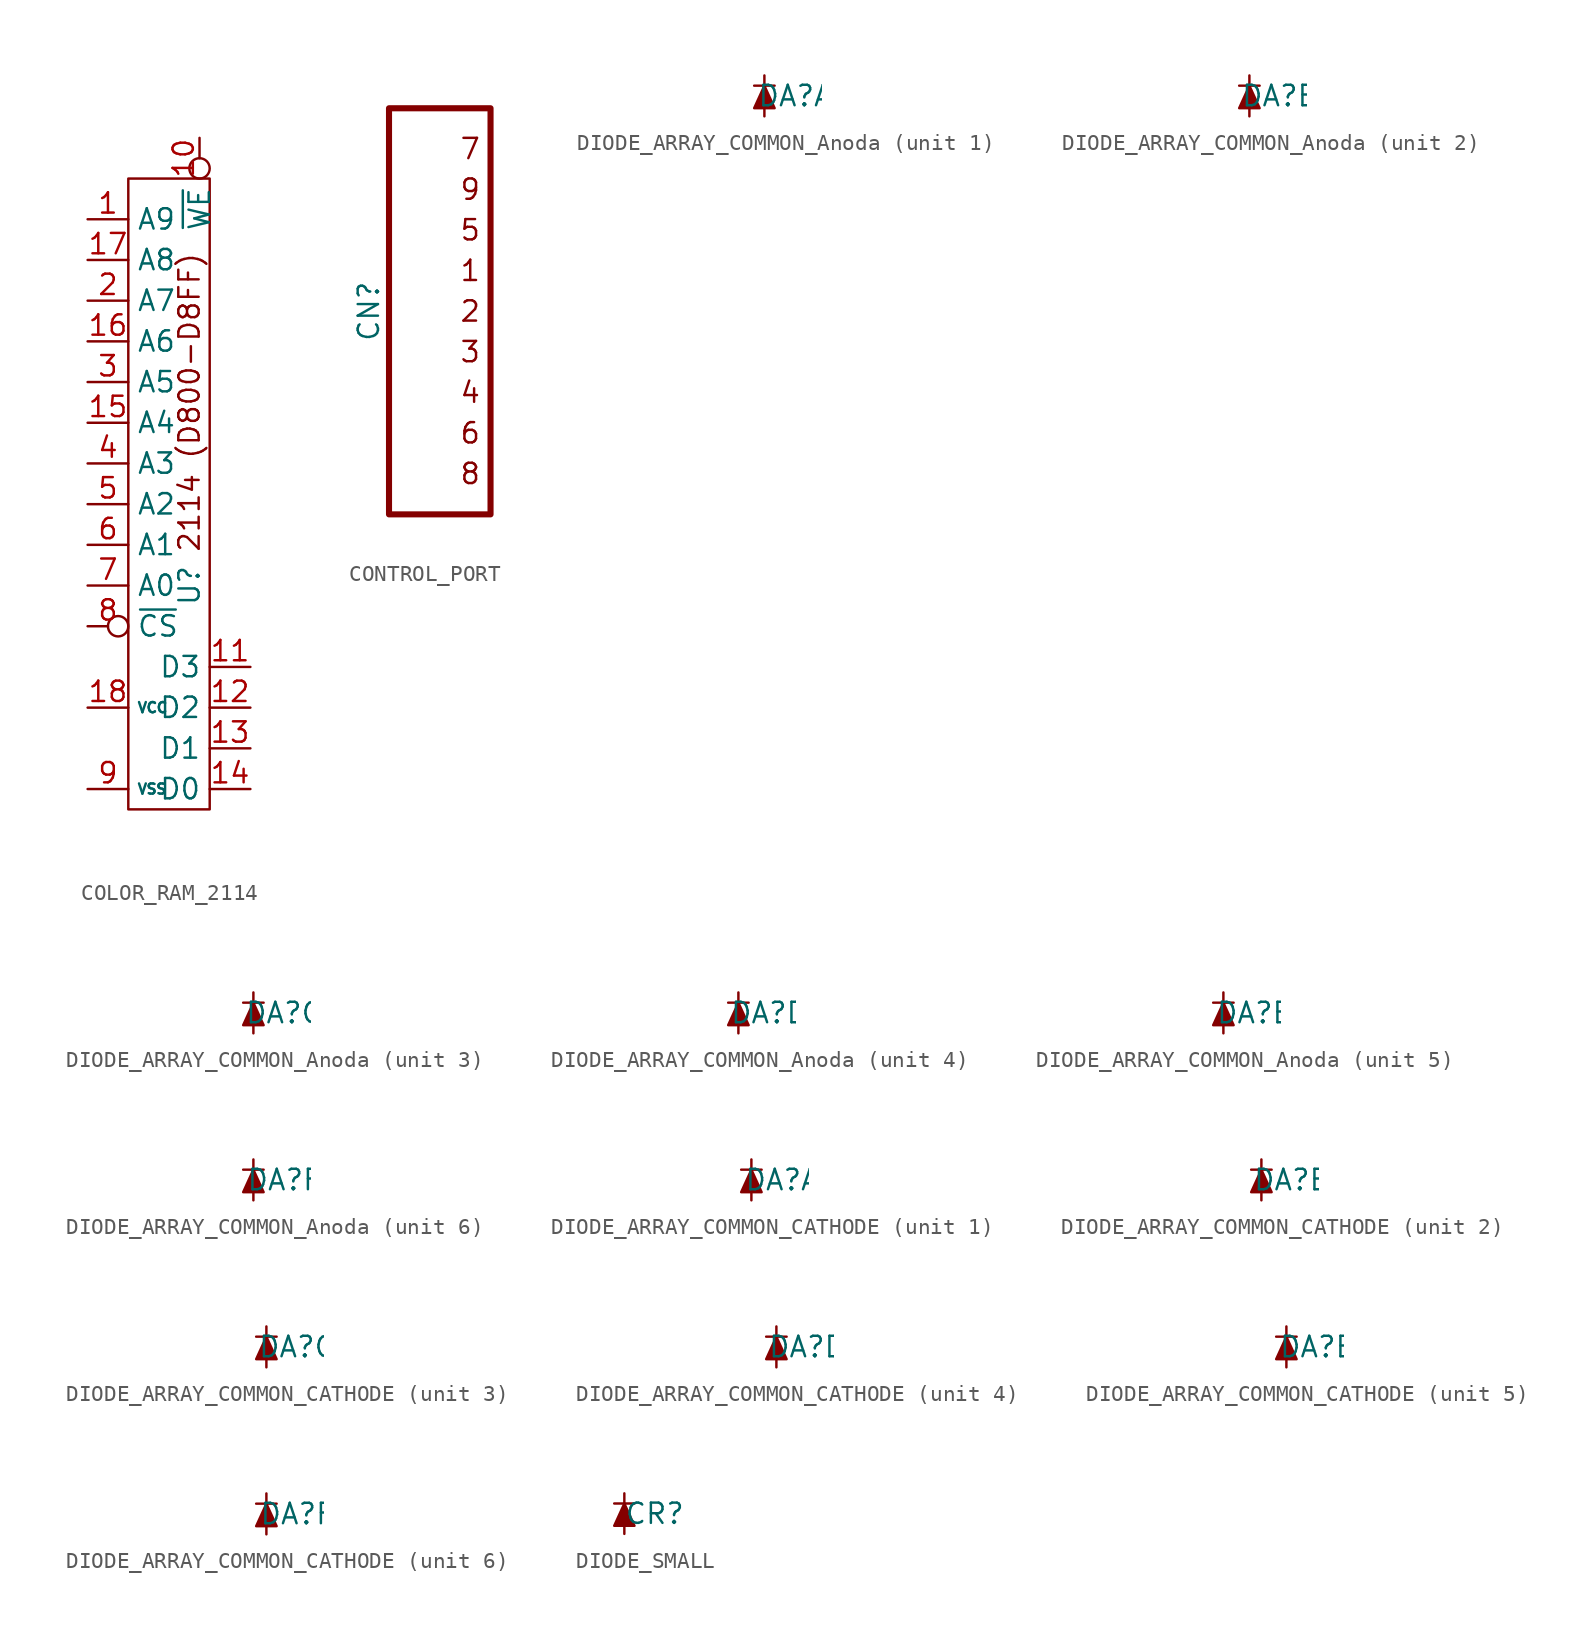
<source format=kicad_sym>
(kicad_symbol_lib
  (version 20220914)
  (generator kicad_symbol_editor)
  (symbol "COLOR_RAM_2114"
    (property "Reference" "U"
      (at 1.27 -5.08 90)
      (effects (font (size 1.27 1.27))))
    (property "Value" ""
      (at 0 0 0)
      (effects (font (size 1.27 1.27))))
    (symbol "COLOR_RAM_2114_0_0"
      (rectangle (start -2.54 20.32) (end 2.54 -19.05) (stroke (width 0) (type default)) (fill (type none)))
      (text "2114 (D800-D8FF)" (at 1.27 6.35 900) (effects (font (size 1.27 1.27)))))
    (symbol "COLOR_RAM_2114_1_1"
      (pin input line (at -5.08 17.78 0) (length 2.54) (name "A9" (effects (font (size 1.27 1.27)))) (number "1" (effects (font (size 1.27 1.27)))))
      (pin input inverted (at 1.905 22.86 270) (length 2.54) (name "~{WE}" (effects (font (size 1.27 1.27)))) (number "10" (effects (font (size 1.27 1.27)))))
      (pin input line (at 5.08 -10.16 180) (length 2.54) (name "D3" (effects (font (size 1.27 1.27)))) (number "11" (effects (font (size 1.27 1.27)))))
      (pin input line (at 5.08 -12.7 180) (length 2.54) (name "D2" (effects (font (size 1.27 1.27)))) (number "12" (effects (font (size 1.27 1.27)))))
      (pin input line (at 5.08 -15.24 180) (length 2.54) (name "D1" (effects (font (size 1.27 1.27)))) (number "13" (effects (font (size 1.27 1.27)))))
      (pin input line (at 5.08 -17.78 180) (length 2.54) (name "D0" (effects (font (size 1.27 1.27)))) (number "14" (effects (font (size 1.27 1.27)))))
      (pin input line (at -5.08 5.08 0) (length 2.54) (name "A4" (effects (font (size 1.27 1.27)))) (number "15" (effects (font (size 1.27 1.27)))))
      (pin input line (at -5.08 10.16 0) (length 2.54) (name "A6" (effects (font (size 1.27 1.27)))) (number "16" (effects (font (size 1.27 1.27)))))
      (pin input line (at -5.08 15.24 0) (length 2.54) (name "A8" (effects (font (size 1.27 1.27)))) (number "17" (effects (font (size 1.27 1.27)))))
      (pin input line (at -5.08 -12.7 0) (length 2.54) (name "VCC" (effects (font (size 0.635 0.635)))) (number "18" (effects (font (size 1.27 1.27)))))
      (pin input line (at -5.08 12.7 0) (length 2.54) (name "A7" (effects (font (size 1.27 1.27)))) (number "2" (effects (font (size 1.27 1.27)))))
      (pin input line (at -5.08 7.62 0) (length 2.54) (name "A5" (effects (font (size 1.27 1.27)))) (number "3" (effects (font (size 1.27 1.27)))))
      (pin input line (at -5.08 2.54 0) (length 2.54) (name "A3" (effects (font (size 1.27 1.27)))) (number "4" (effects (font (size 1.27 1.27)))))
      (pin input line (at -5.08 0 0) (length 2.54) (name "A2" (effects (font (size 1.27 1.27)))) (number "5" (effects (font (size 1.27 1.27)))))
      (pin input line (at -5.08 -2.54 0) (length 2.54) (name "A1" (effects (font (size 1.27 1.27)))) (number "6" (effects (font (size 1.27 1.27)))))
      (pin input line (at -5.08 -5.08 0) (length 2.54) (name "A0" (effects (font (size 1.27 1.27)))) (number "7" (effects (font (size 1.27 1.27)))))
      (pin input inverted (at -5.08 -7.62 0) (length 2.54) (name "~{CS}" (effects (font (size 1.27 1.27)))) (number "8" (effects (font (size 1.27 1.27)))))
      (pin input line (at -5.08 -17.78 0) (length 2.54) (name "VSS" (effects (font (size 0.635 0.635)))) (number "9" (effects (font (size 1.27 1.27)))))))
  (symbol "CONTROL_PORT"
    (property "Reference" "CN"
      (at -5.08 0 90)
      (effects (font (size 1.27 1.27))))
    (property "Value" ""
      (at 0 0 0)
      (effects (font (size 1.27 1.27))))
    (symbol "CONTROL_PORT_0_0"
      (text "1" (at 1.27 2.54 0) (effects (font (size 1.27 1.27))))
      (text "2" (at 1.27 0 0) (effects (font (size 1.27 1.27))))
      (text "3" (at 1.27 -2.54 0) (effects (font (size 1.27 1.27))))
      (text "4" (at 1.27 -5.08 0) (effects (font (size 1.27 1.27))))
      (text "5" (at 1.27 5.08 0) (effects (font (size 1.27 1.27))))
      (text "6" (at 1.27 -7.62 0) (effects (font (size 1.27 1.27))))
      (text "7" (at 1.27 10.16 0) (effects (font (size 1.27 1.27))))
      (text "8" (at 1.27 -10.16 0) (effects (font (size 1.27 1.27))))
      (text "9" (at 1.27 7.62 0) (effects (font (size 1.27 1.27)))))
    (symbol "CONTROL_PORT_0_1"
      (rectangle (start -3.81 12.7) (end 2.54 -12.7) (stroke (width 0.381) (type default)) (fill (type none))))
    (symbol "CONTROL_PORT_1_1"
      (pin input line (at 2.54 2.54 0) (length 0) hide (name "" (effects (font (size 1.27 1.27)))) (number "1" (effects (font (size 1.27 1.27)))))
      (pin input line (at 2.54 0 0) (length 0) hide (name "" (effects (font (size 1.27 1.27)))) (number "2" (effects (font (size 1.27 1.27)))))
      (pin input line (at 2.54 -2.54 0) (length 0) hide (name "" (effects (font (size 1.27 1.27)))) (number "3" (effects (font (size 1.27 1.27)))))
      (pin input line (at 2.54 -5.08 0) (length 0) hide (name "" (effects (font (size 1.27 1.27)))) (number "4" (effects (font (size 1.27 1.27)))))
      (pin input line (at 2.54 5.08 0) (length 0) hide (name "" (effects (font (size 1.27 1.27)))) (number "5" (effects (font (size 1.27 1.27)))))
      (pin input line (at 2.54 -7.62 0) (length 0) hide (name "" (effects (font (size 1.27 1.27)))) (number "6" (effects (font (size 1.27 1.27)))))
      (pin input line (at 2.54 10.16 0) (length 0) hide (name "" (effects (font (size 1.27 1.27)))) (number "7" (effects (font (size 1.27 1.27)))))
      (pin input line (at 2.54 -10.16 0) (length 0) hide (name "" (effects (font (size 1.27 1.27)))) (number "8" (effects (font (size 1.27 1.27)))))
      (pin input line (at 2.54 7.62 0) (length 0) hide (name "" (effects (font (size 1.27 1.27)))) (number "9" (effects (font (size 1.27 1.27)))))))
  (symbol "DIODE_ARRAY_COMMON_Anoda"
    (property "Reference" "DA"
      (at 1.905 0 0)
      (effects (font (size 1.27 1.27))))
    (symbol "DIODE_ARRAY_COMMON_Anoda_0_1"
      (polyline (pts (xy -0.635 0.635) (xy 0.635 0.635)) (stroke (width 0) (type default)) (fill (type none)))
      (polyline (pts (xy 0 1.27) (xy 0 -1.27)) (stroke (width 0) (type default)) (fill (type none)))
      (polyline (pts (xy 0 0.635) (xy -0.635 -0.762) (xy 0.635 -0.762) (xy 0 0.635)) (stroke (width 0) (type default)) (fill (type outline))))
    (symbol "DIODE_ARRAY_COMMON_Anoda_1_1"
      (pin input line (at 0 1.27 270) (length 1.27) hide (name "KATODE" (effects (font (size 1.27 1.27)))) (number "1" (effects (font (size 1.27 1.27)))))
      (pin input line (at 0 -1.27 90) (length 1.27) hide (name "A" (effects (font (size 1.27 1.27)))) (number "4" (effects (font (size 1.27 1.27))))))
    (symbol "DIODE_ARRAY_COMMON_Anoda_2_1"
      (pin input line (at 0 1.27 270) (length 1.27) hide (name "KATODE" (effects (font (size 1.27 1.27)))) (number "2" (effects (font (size 1.27 1.27)))))
      (pin input line (at 0 -1.27 90) (length 1.27) hide (name "A" (effects (font (size 1.27 1.27)))) (number "4" (effects (font (size 1.27 1.27))))))
    (symbol "DIODE_ARRAY_COMMON_Anoda_3_1"
      (pin input line (at 0 1.27 270) (length 1.27) hide (name "KATODE" (effects (font (size 1.27 1.27)))) (number "3" (effects (font (size 1.27 1.27)))))
      (pin input line (at 0 -1.27 90) (length 1.27) hide (name "A" (effects (font (size 1.27 1.27)))) (number "4" (effects (font (size 1.27 1.27))))))
    (symbol "DIODE_ARRAY_COMMON_Anoda_4_1"
      (pin input line (at 0 -1.27 90) (length 1.27) hide (name "A" (effects (font (size 1.27 1.27)))) (number "4" (effects (font (size 1.27 1.27)))))
      (pin input line (at 0 1.27 270) (length 1.27) hide (name "KATODE" (effects (font (size 1.27 1.27)))) (number "5" (effects (font (size 1.27 1.27))))))
    (symbol "DIODE_ARRAY_COMMON_Anoda_5_1"
      (pin input line (at 0 -1.27 90) (length 1.27) hide (name "A" (effects (font (size 1.27 1.27)))) (number "4" (effects (font (size 1.27 1.27)))))
      (pin input line (at 0 1.27 270) (length 1.27) hide (name "KATODE" (effects (font (size 1.27 1.27)))) (number "6" (effects (font (size 1.27 1.27))))))
    (symbol "DIODE_ARRAY_COMMON_Anoda_6_1"
      (pin input line (at 0 -1.27 90) (length 1.27) hide (name "A" (effects (font (size 1.27 1.27)))) (number "4" (effects (font (size 1.27 1.27)))))
      (pin input line (at 0 1.27 270) (length 1.27) hide (name "KATODE" (effects (font (size 1.27 1.27)))) (number "7" (effects (font (size 1.27 1.27)))))))
  (symbol "DIODE_ARRAY_COMMON_CATHODE"
    (property "Reference" "DA"
      (at 1.905 0 0)
      (effects (font (size 1.27 1.27))))
    (symbol "DIODE_ARRAY_COMMON_CATHODE_0_1"
      (polyline (pts (xy -0.635 0.635) (xy 0.635 0.635)) (stroke (width 0) (type default)) (fill (type none)))
      (polyline (pts (xy 0 1.27) (xy 0 -1.27)) (stroke (width 0) (type default)) (fill (type none)))
      (polyline (pts (xy 0 0.635) (xy -0.635 -0.762) (xy 0.635 -0.762) (xy 0 0.635)) (stroke (width 0) (type default)) (fill (type outline))))
    (symbol "DIODE_ARRAY_COMMON_CATHODE_1_1"
      (pin input line (at 0 -1.27 90) (length 1.27) hide (name "A" (effects (font (size 1.27 1.27)))) (number "1" (effects (font (size 1.27 1.27)))))
      (pin input line (at 0 1.27 270) (length 1.27) hide (name "KATODE" (effects (font (size 1.27 1.27)))) (number "4" (effects (font (size 1.27 1.27))))))
    (symbol "DIODE_ARRAY_COMMON_CATHODE_2_1"
      (pin input line (at 0 -1.27 90) (length 1.27) hide (name "A" (effects (font (size 1.27 1.27)))) (number "2" (effects (font (size 1.27 1.27)))))
      (pin input line (at 0 1.27 270) (length 1.27) hide (name "KATODE" (effects (font (size 1.27 1.27)))) (number "4" (effects (font (size 1.27 1.27))))))
    (symbol "DIODE_ARRAY_COMMON_CATHODE_3_1"
      (pin input line (at 0 -1.27 90) (length 1.27) hide (name "A" (effects (font (size 1.27 1.27)))) (number "3" (effects (font (size 1.27 1.27)))))
      (pin input line (at 0 1.27 270) (length 1.27) hide (name "KATODE" (effects (font (size 1.27 1.27)))) (number "4" (effects (font (size 1.27 1.27))))))
    (symbol "DIODE_ARRAY_COMMON_CATHODE_4_1"
      (pin input line (at 0 1.27 270) (length 1.27) hide (name "KATODE" (effects (font (size 1.27 1.27)))) (number "4" (effects (font (size 1.27 1.27)))))
      (pin input line (at 0 -1.27 90) (length 1.27) hide (name "A" (effects (font (size 1.27 1.27)))) (number "5" (effects (font (size 1.27 1.27))))))
    (symbol "DIODE_ARRAY_COMMON_CATHODE_5_1"
      (pin input line (at 0 1.27 270) (length 1.27) hide (name "KATODE" (effects (font (size 1.27 1.27)))) (number "4" (effects (font (size 1.27 1.27)))))
      (pin input line (at 0 -1.27 90) (length 1.27) hide (name "A" (effects (font (size 1.27 1.27)))) (number "6" (effects (font (size 1.27 1.27))))))
    (symbol "DIODE_ARRAY_COMMON_CATHODE_6_1"
      (pin input line (at 0 1.27 270) (length 1.27) hide (name "KATODE" (effects (font (size 1.27 1.27)))) (number "4" (effects (font (size 1.27 1.27)))))
      (pin input line (at 0 -1.27 90) (length 1.27) hide (name "A" (effects (font (size 1.27 1.27)))) (number "7" (effects (font (size 1.27 1.27)))))))
  (symbol "DIODE_SMALL"
    (property "Reference" "CR"
      (at 1.905 0 0)
      (effects (font (size 1.27 1.27))))
    (property "Value" ""
      (at 0 0 0)
      (effects (font (size 1.27 1.27))))
    (symbol "DIODE_SMALL_0_1"
      (polyline (pts (xy -0.635 0.635) (xy 0.635 0.635)) (stroke (width 0) (type default)) (fill (type none)))
      (polyline (pts (xy 0 1.27) (xy 0 -1.27)) (stroke (width 0) (type default)) (fill (type none)))
      (polyline (pts (xy 0 0.635) (xy -0.635 -0.762) (xy 0.635 -0.762) (xy 0 0.635)) (stroke (width 0) (type default)) (fill (type outline))))
    (symbol "DIODE_SMALL_1_1"
      (pin input line (at 0 1.27 270) (length 1.27) hide (name "KATODE" (effects (font (size 1.27 1.27)))) (number "1" (effects (font (size 1.27 1.27)))))
      (pin input line (at 0 -1.27 90) (length 1.27) hide (name "A" (effects (font (size 1.27 1.27)))) (number "2" (effects (font (size 1.27 1.27))))))))
</source>
